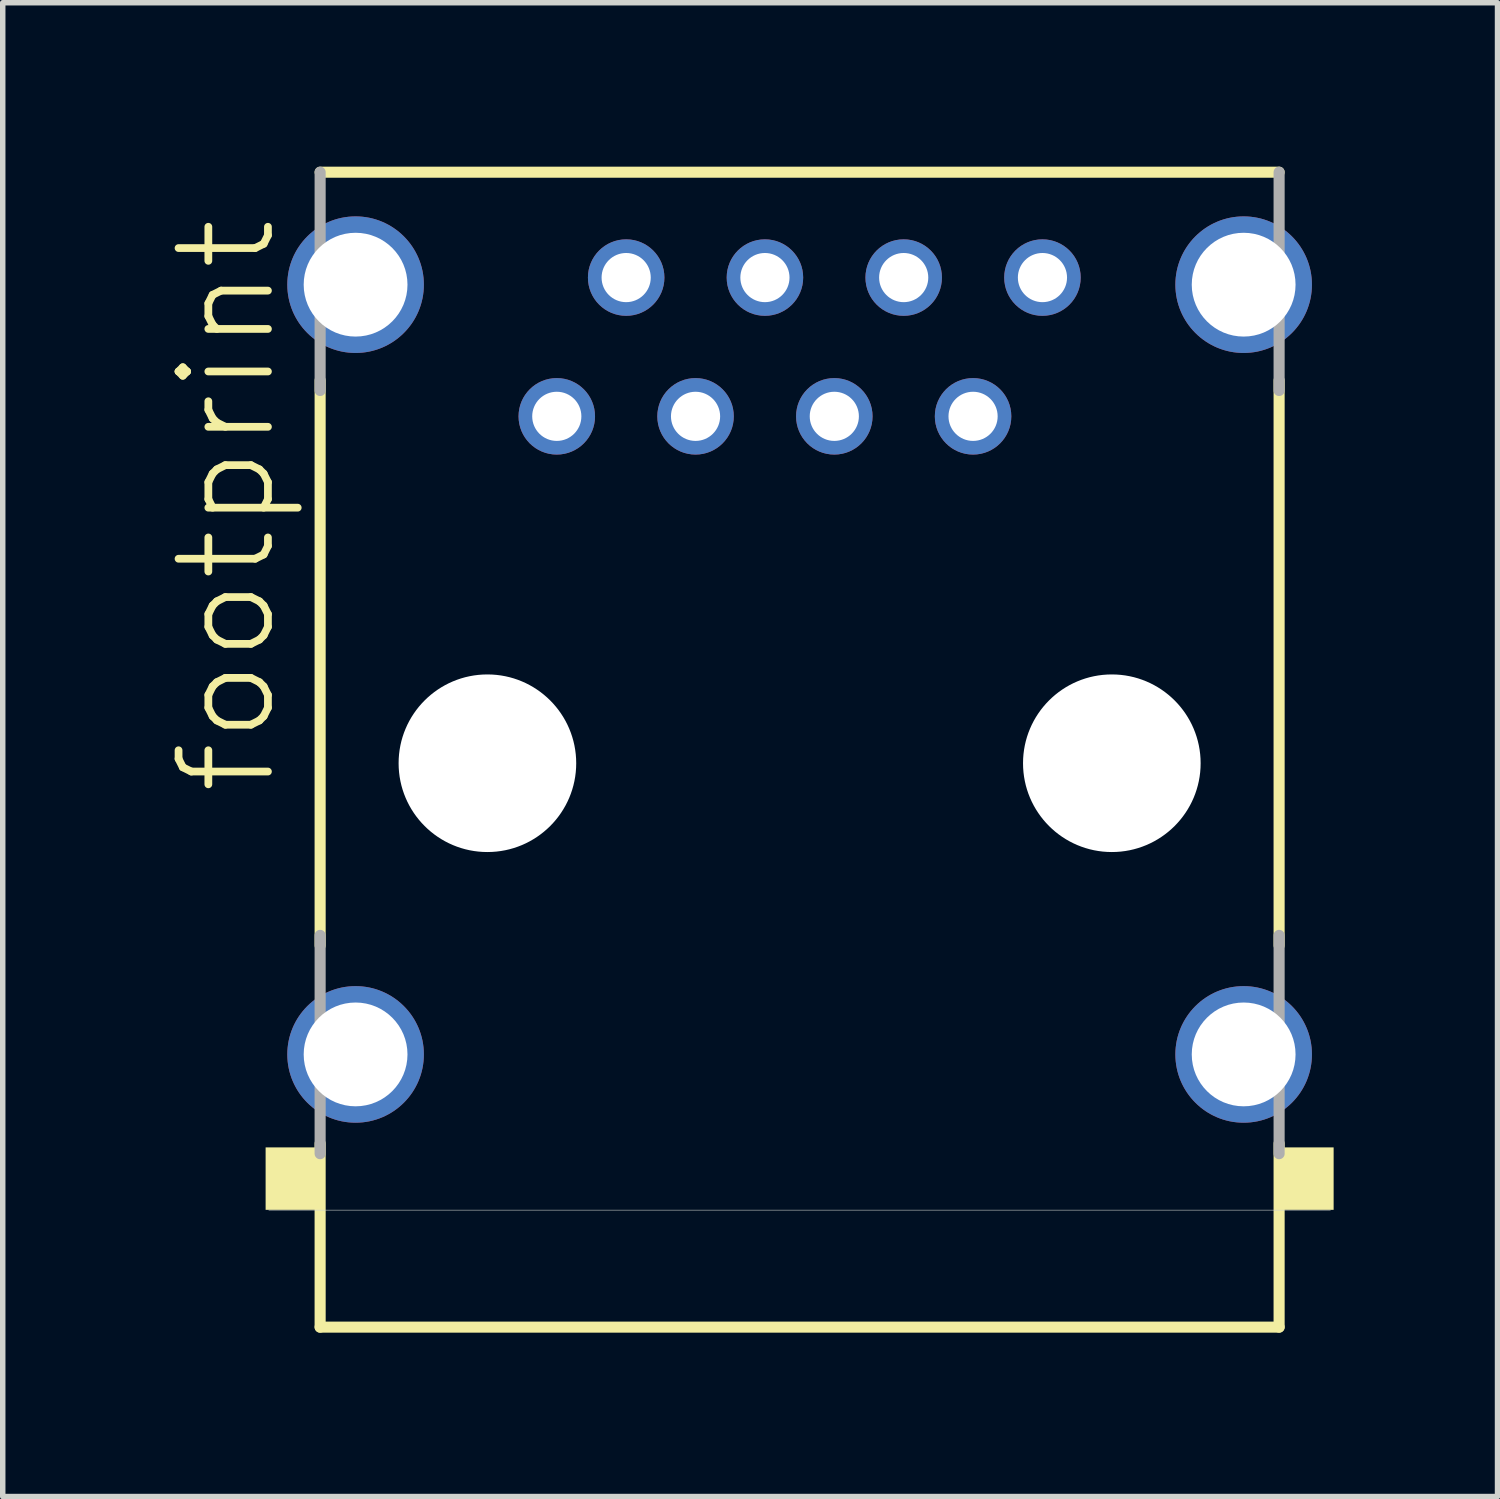
<source format=kicad_pcb>
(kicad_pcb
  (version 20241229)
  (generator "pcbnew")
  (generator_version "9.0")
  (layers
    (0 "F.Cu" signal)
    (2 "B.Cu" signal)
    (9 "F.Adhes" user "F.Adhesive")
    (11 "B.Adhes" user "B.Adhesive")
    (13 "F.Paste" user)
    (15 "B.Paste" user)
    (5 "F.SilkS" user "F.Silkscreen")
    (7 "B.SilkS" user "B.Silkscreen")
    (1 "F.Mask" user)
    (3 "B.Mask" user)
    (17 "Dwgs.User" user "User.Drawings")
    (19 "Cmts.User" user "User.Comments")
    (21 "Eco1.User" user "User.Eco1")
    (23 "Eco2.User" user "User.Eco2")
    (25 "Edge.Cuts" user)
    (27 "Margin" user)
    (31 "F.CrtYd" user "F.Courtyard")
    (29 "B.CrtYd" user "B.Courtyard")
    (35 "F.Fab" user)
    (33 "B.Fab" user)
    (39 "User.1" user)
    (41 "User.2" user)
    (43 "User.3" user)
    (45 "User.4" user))
  (footprint "footprint"
    (layer "F.Cu")
    (at 11.587 10.921)
    (property "Reference" "footprint" (at -9.525 0.635 90) (layer "F.SilkS") (effects (font (size 1.636 1.636) (thickness 0.142)) (justify left bottom)))
    (fp_line (start -8.777 -10.819) (end 8.777 -10.819) (stroke (width 0.203) (type solid)) (layer "F.SilkS"))
    (fp_line (start -8.777 3.337) (end -8.777 -7.009) (stroke (width 0.203) (type solid)) (layer "F.SilkS"))
    (fp_line (start -8.777 10.322) (end -8.777 6.961) (stroke (width 0.203) (type solid)) (layer "F.SilkS"))
    (fp_line (start 8.777 -7.009) (end 8.777 3.337) (stroke (width 0.203) (type solid)) (layer "F.SilkS"))
    (fp_line (start 8.777 6.961) (end 8.777 10.322) (stroke (width 0.203) (type solid)) (layer "F.SilkS"))
    (fp_line (start 8.777 10.322) (end -8.777 10.322) (stroke (width 0.203) (type solid)) (layer "F.SilkS"))
    (fp_poly (pts (xy -9.775 8.175) (xy -8.85 8.175) (xy -8.85 7.032) (xy -9.775 7.032)) (stroke (width 0) (type solid)) (fill yes) (layer "F.SilkS"))
    (fp_poly (pts (xy 8.85 8.175) (xy 9.775 8.175) (xy 9.775 7.032) (xy 8.85 7.032)) (stroke (width 0) (type solid)) (fill yes) (layer "F.SilkS"))
    (fp_line (start 9.716 8.18) (end -9.716 8.18) (stroke (width 0.01) (type solid)) (layer "Edge.Cuts"))
    (fp_line (start -8.777 -6.823) (end -8.777 -10.819) (stroke (width 0.203) (type solid)) (layer "F.Fab"))
    (fp_line (start -8.777 7.147) (end -8.777 3.151) (stroke (width 0.203) (type solid)) (layer "F.Fab"))
    (fp_line (start 8.777 -10.819) (end 8.777 -6.823) (stroke (width 0.203) (type solid)) (layer "F.Fab"))
    (fp_line (start 8.777 3.151) (end 8.777 7.147) (stroke (width 0.203) (type solid)) (layer "F.Fab"))
    (pad "" np_thru_hole circle (at -5.715 0) (size 3.251 3.251) (drill 3.251) (layers "*.Cu" "*.Mask"))
    (pad "" np_thru_hole circle (at 5.715 0) (size 3.251 3.251) (drill 3.251) (layers "*.Cu" "*.Mask"))
    (pad "1" thru_hole circle (at -4.445 -6.35) (size 1.4 1.4) (drill 0.9) (layers "*.Cu" "*.Mask"))
    (pad "2" thru_hole circle (at -3.175 -8.89) (size 1.4 1.4) (drill 0.9) (layers "*.Cu" "*.Mask"))
    (pad "3" thru_hole circle (at -1.905 -6.35) (size 1.4 1.4) (drill 0.9) (layers "*.Cu" "*.Mask"))
    (pad "4" thru_hole circle (at -0.635 -8.89) (size 1.4 1.4) (drill 0.9) (layers "*.Cu" "*.Mask"))
    (pad "5" thru_hole circle (at 0.635 -6.35) (size 1.4 1.4) (drill 0.9) (layers "*.Cu" "*.Mask"))
    (pad "6" thru_hole circle (at 1.905 -8.89) (size 1.4 1.4) (drill 0.9) (layers "*.Cu" "*.Mask"))
    (pad "7" thru_hole circle (at 3.175 -6.35) (size 1.4 1.4) (drill 0.9) (layers "*.Cu" "*.Mask"))
    (pad "8" thru_hole circle (at 4.445 -8.89) (size 1.4 1.4) (drill 0.9) (layers "*.Cu" "*.Mask"))
    (pad "S1" thru_hole circle (at -8.128 5.33) (size 2.5 2.5) (drill 1.9) (layers "*.Cu" "*.Mask"))
    (pad "S2" thru_hole circle (at 8.128 5.33) (size 2.5 2.5) (drill 1.9) (layers "*.Cu" "*.Mask"))
    (pad "S3" thru_hole circle (at -8.128 -8.76) (size 2.5 2.5) (drill 1.9) (layers "*.Cu" "*.Mask"))
    (pad "S4" thru_hole circle (at 8.128 -8.76) (size 2.5 2.5) (drill 1.9) (layers "*.Cu" "*.Mask")))
  (gr_rect
    (start -3 -3)
    (end 24.362 24.344)
    (stroke (width 0.1) (type default))
    (fill no)
    (layer "Edge.Cuts")))
</source>
